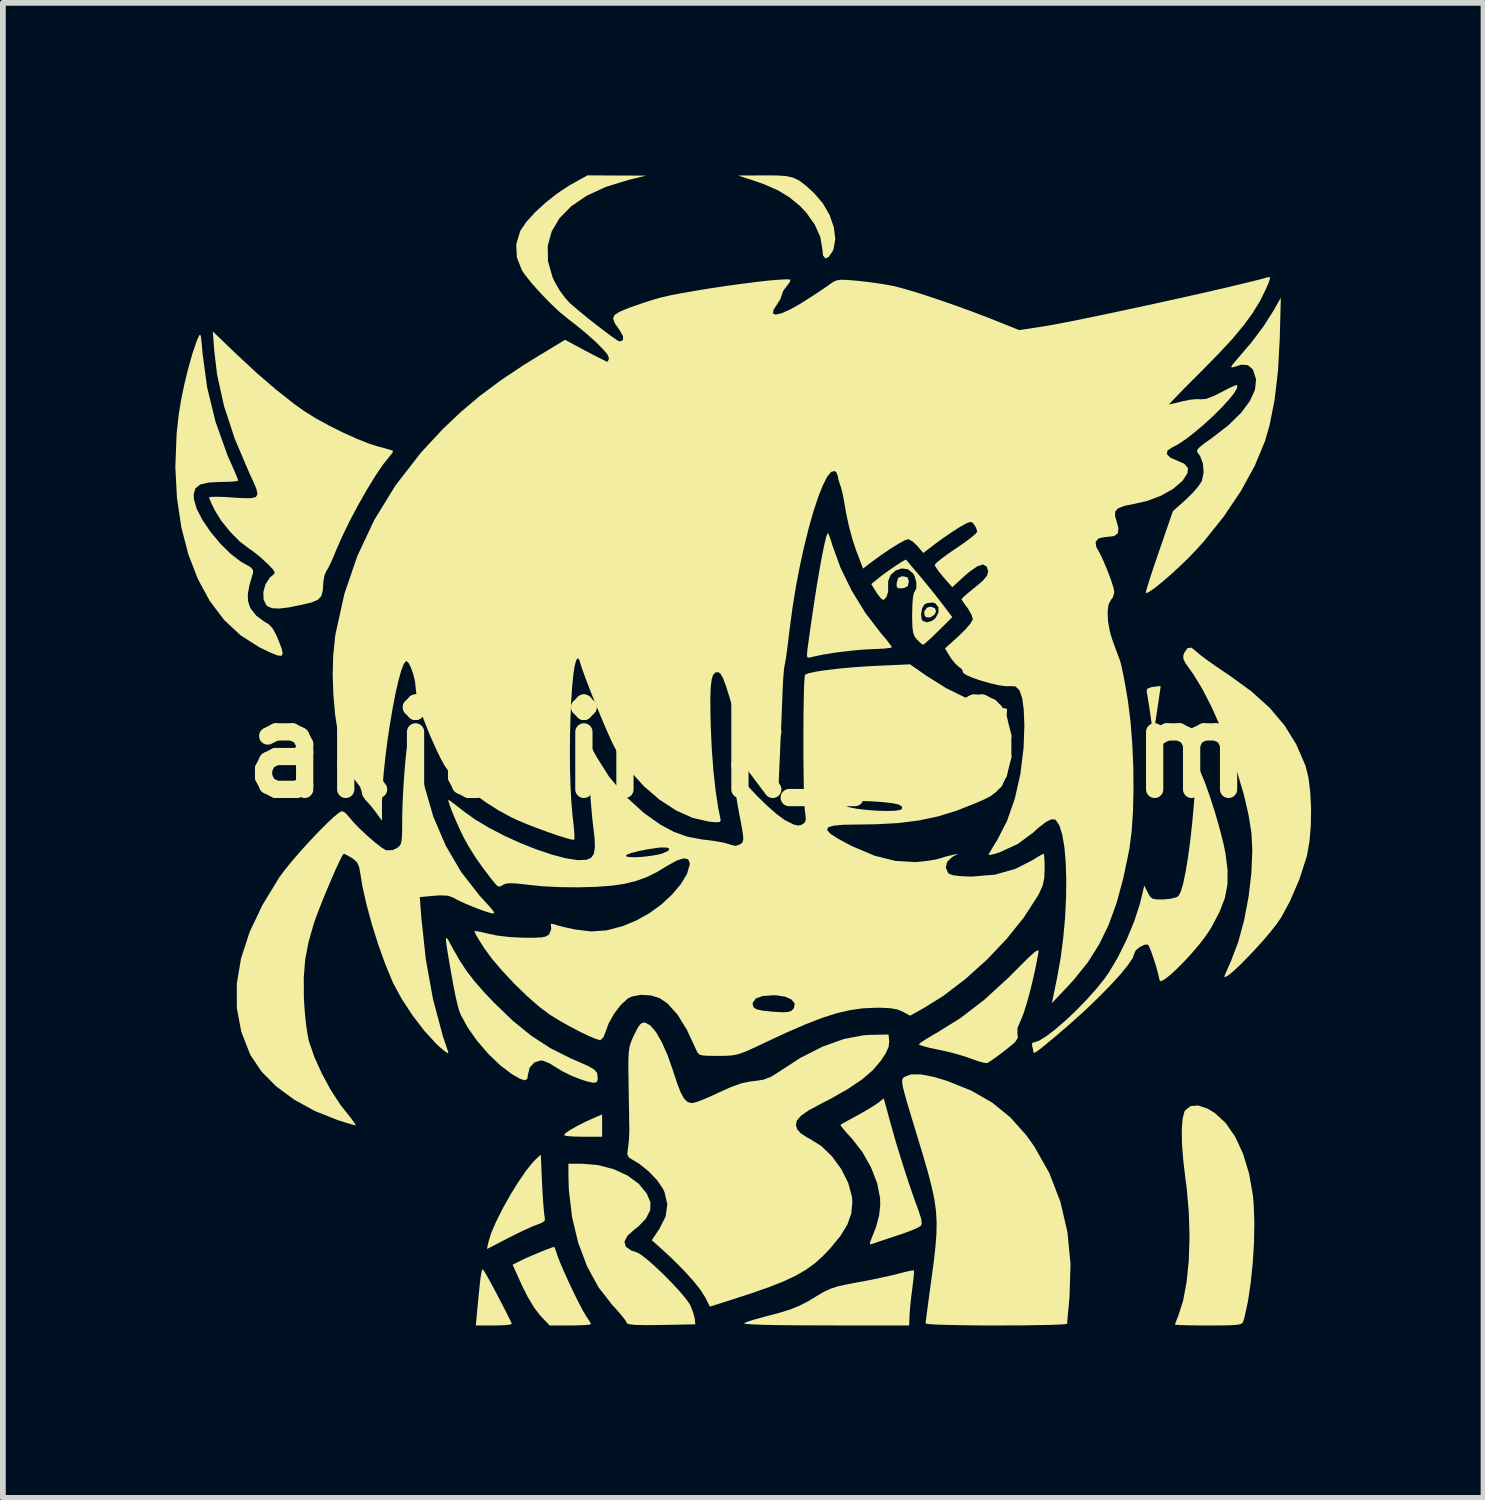
<source format=kicad_pcb>
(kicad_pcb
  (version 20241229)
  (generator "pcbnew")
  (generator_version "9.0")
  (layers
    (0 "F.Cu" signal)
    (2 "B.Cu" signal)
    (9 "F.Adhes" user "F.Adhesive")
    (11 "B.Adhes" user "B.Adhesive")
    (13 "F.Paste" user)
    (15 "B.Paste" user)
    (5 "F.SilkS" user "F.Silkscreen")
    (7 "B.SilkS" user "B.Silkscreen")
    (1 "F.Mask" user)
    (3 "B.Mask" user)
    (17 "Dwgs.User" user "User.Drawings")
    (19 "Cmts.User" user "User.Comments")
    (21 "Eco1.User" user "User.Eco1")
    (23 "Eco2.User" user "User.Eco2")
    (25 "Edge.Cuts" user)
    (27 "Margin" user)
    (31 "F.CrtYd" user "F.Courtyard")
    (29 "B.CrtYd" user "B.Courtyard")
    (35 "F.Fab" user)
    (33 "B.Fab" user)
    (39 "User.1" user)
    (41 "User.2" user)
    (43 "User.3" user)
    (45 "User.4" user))
  (footprint "akithimk_20mm"
    (layer "F.Cu")
    (at 9.964 10.003)
    (property "Reference" "akithimk_20mm" (at 0 0 0) (layer "F.SilkS") (effects (font (size 1.5 1.5) (thickness 0.3))))
    (attr board_only exclude_from_pos_files exclude_from_bom)
    (fp_poly (pts (xy 3.248 -2.476) (xy 3.269 -2.416) (xy 3.242 -2.362) (xy 3.169 -2.312) (xy 3.096 -2.316) (xy 3.07 -2.341) (xy 3.063 -2.414) (xy 3.107 -2.479) (xy 3.167 -2.501)) (stroke (width 0) (type solid)) (fill yes) (layer "F.SilkS"))
    (fp_poly (pts (xy 2.771 -3.012) (xy 2.794 -2.949) (xy 2.794 -2.931) (xy 2.777 -2.856) (xy 2.713 -2.825) (xy 2.684 -2.82) (xy 2.606 -2.82) (xy 2.582 -2.858) (xy 2.586 -2.918) (xy 2.61 -3) (xy 2.671 -3.027) (xy 2.696 -3.028)) (stroke (width 0) (type solid)) (fill yes) (layer "F.SilkS"))
    (fp_poly (pts (xy -2.54 6.527) (xy -2.54 6.721) (xy -2.872 6.721) (xy -3.022 6.718) (xy -3.137 6.71) (xy -3.198 6.697) (xy -3.204 6.692) (xy -3.171 6.654) (xy -3.083 6.595) (xy -2.956 6.524) (xy -2.808 6.45) (xy -2.714 6.408) (xy -2.54 6.333)) (stroke (width 0) (type solid)) (fill yes) (layer "F.SilkS"))
    (fp_poly (pts (xy 7.175 -1.119) (xy 7.171 -1.081) (xy 7.157 -0.981) (xy 7.136 -0.836) (xy 7.113 -0.684) (xy 7.048 -0.254) (xy 6.999 -0.606) (xy 6.975 -0.77) (xy 6.953 -0.909) (xy 6.937 -1.001) (xy 6.932 -1.021) (xy 6.941 -1.07) (xy 7.012 -1.099) (xy 7.042 -1.104) (xy 7.13 -1.116) (xy 7.174 -1.119)) (stroke (width 0) (type solid)) (fill yes) (layer "F.SilkS"))
    (fp_poly (pts (xy -4.592 9.059) (xy -4.54 9.147) (xy -4.469 9.276) (xy -4.386 9.431) (xy -4.298 9.599) (xy -4.213 9.764) (xy -4.139 9.913) (xy -4.11 9.974) (xy -4.14 9.988) (xy -4.23 9.998) (xy -4.364 10.003) (xy -4.417 10.004) (xy -4.737 10.004) (xy -4.713 9.74) (xy -4.688 9.484) (xy -4.669 9.296) (xy -4.654 9.167) (xy -4.641 9.085) (xy -4.63 9.042) (xy -4.619 9.027) (xy -4.616 9.027)) (stroke (width 0) (type solid)) (fill yes) (layer "F.SilkS"))
    (fp_poly (pts (xy -3.584 7.552) (xy -3.573 7.75) (xy -3.561 7.923) (xy -3.549 8.055) (xy -3.538 8.129) (xy -3.536 8.135) (xy -3.539 8.184) (xy -3.602 8.224) (xy -3.661 8.246) (xy -3.759 8.284) (xy -3.904 8.349) (xy -4.071 8.43) (xy -4.176 8.484) (xy -4.543 8.674) (xy -4.518 8.554) (xy -4.471 8.399) (xy -4.385 8.2) (xy -4.272 7.974) (xy -4.141 7.74) (xy -4.003 7.516) (xy -3.868 7.318) (xy -3.745 7.165) (xy -3.698 7.117) (xy -3.607 7.032)) (stroke (width 0) (type solid)) (fill yes) (layer "F.SilkS"))
    (fp_poly (pts (xy 0.504 -10.001) (xy 0.663 -9.99) (xy 0.785 -9.962) (xy 0.89 -9.911) (xy 1 -9.828) (xy 1.134 -9.706) (xy 1.146 -9.695) (xy 1.3 -9.516) (xy 1.417 -9.313) (xy 1.49 -9.101) (xy 1.516 -8.899) (xy 1.487 -8.724) (xy 1.469 -8.682) (xy 1.4 -8.582) (xy 1.343 -8.558) (xy 1.303 -8.609) (xy 1.29 -8.726) (xy 1.256 -8.928) (xy 1.16 -9.144) (xy 1.013 -9.352) (xy 0.903 -9.469) (xy 0.722 -9.618) (xy 0.525 -9.739) (xy 0.288 -9.844) (xy 0.098 -9.911) (xy -0.176 -10) (xy 0.287 -10.002)) (stroke (width 0) (type solid)) (fill yes) (layer "F.SilkS"))
    (fp_poly (pts (xy -3.358 8.669) (xy -3.329 8.751) (xy -3.319 8.783) (xy -3.274 8.902) (xy -3.204 9.065) (xy -3.12 9.251) (xy -3.03 9.441) (xy -2.943 9.616) (xy -2.868 9.758) (xy -2.816 9.844) (xy -2.762 9.925) (xy -2.736 9.977) (xy -2.735 9.98) (xy -2.772 9.991) (xy -2.869 9.998) (xy -3.009 10.003) (xy -3.094 10.004) (xy -3.452 10.004) (xy -3.612 9.836) (xy -3.716 9.703) (xy -3.828 9.519) (xy -3.934 9.309) (xy -3.934 9.308) (xy -4.097 8.947) (xy -3.949 8.872) (xy -3.863 8.831) (xy -3.744 8.78) (xy -3.613 8.725) (xy -3.493 8.677) (xy -3.405 8.645) (xy -3.373 8.636)) (stroke (width 0) (type solid)) (fill yes) (layer "F.SilkS"))
    (fp_poly (pts (xy 1.403 -3.756) (xy 1.433 -3.673) (xy 1.465 -3.569) (xy 1.606 -3.179) (xy 1.801 -2.779) (xy 2.038 -2.393) (xy 2.299 -2.052) (xy 2.394 -1.939) (xy 2.464 -1.849) (xy 2.499 -1.798) (xy 2.501 -1.793) (xy 2.465 -1.782) (xy 2.368 -1.771) (xy 2.229 -1.764) (xy 2.161 -1.762) (xy 1.972 -1.751) (xy 1.75 -1.73) (xy 1.52 -1.701) (xy 1.309 -1.667) (xy 1.139 -1.632) (xy 1.081 -1.617) (xy 1.038 -1.612) (xy 1.023 -1.644) (xy 1.029 -1.732) (xy 1.033 -1.765) (xy 1.087 -2.156) (xy 1.141 -2.523) (xy 1.193 -2.858) (xy 1.243 -3.152) (xy 1.288 -3.399) (xy 1.328 -3.591) (xy 1.36 -3.721) (xy 1.385 -3.781) (xy 1.386 -3.782)) (stroke (width 0) (type solid)) (fill yes) (layer "F.SilkS"))
    (fp_poly (pts (xy 2.884 9.045) (xy 2.885 9.087) (xy 2.876 9.187) (xy 2.86 9.325) (xy 2.855 9.365) (xy 2.833 9.538) (xy 2.816 9.705) (xy 2.807 9.831) (xy 2.807 9.838) (xy 2.801 10.004) (xy 1.332 10.003) (xy 0.907 10.001) (xy 0.559 9.998) (xy 0.287 9.993) (xy 0.092 9.986) (xy -0.028 9.978) (xy -0.073 9.967) (xy -0.07 9.963) (xy -0.002 9.935) (xy 0.119 9.897) (xy 0.269 9.856) (xy 0.303 9.847) (xy 0.547 9.783) (xy 0.736 9.724) (xy 0.895 9.659) (xy 1.047 9.581) (xy 1.186 9.496) (xy 1.315 9.42) (xy 1.433 9.365) (xy 1.565 9.322) (xy 1.735 9.285) (xy 1.884 9.257) (xy 2.096 9.218) (xy 2.313 9.173) (xy 2.503 9.13) (xy 2.598 9.107) (xy 2.733 9.072) (xy 2.834 9.05) (xy 2.883 9.045)) (stroke (width 0) (type solid)) (fill yes) (layer "F.SilkS"))
    (fp_poly (pts (xy 2.485 6.515) (xy 2.578 6.842) (xy 2.686 7.191) (xy 2.797 7.534) (xy 2.905 7.845) (xy 2.965 8.008) (xy 3.011 8.149) (xy 3.019 8.236) (xy 3.005 8.269) (xy 2.952 8.302) (xy 2.842 8.35) (xy 2.695 8.405) (xy 2.605 8.435) (xy 2.441 8.489) (xy 2.299 8.536) (xy 2.2 8.571) (xy 2.172 8.581) (xy 2.119 8.593) (xy 2.121 8.554) (xy 2.129 8.535) (xy 2.224 8.293) (xy 2.278 8.092) (xy 2.298 7.911) (xy 2.295 7.786) (xy 2.244 7.528) (xy 2.137 7.253) (xy 1.987 6.986) (xy 1.803 6.75) (xy 1.793 6.74) (xy 1.698 6.636) (xy 1.632 6.556) (xy 1.605 6.515) (xy 1.606 6.513) (xy 1.645 6.489) (xy 1.736 6.439) (xy 1.86 6.371) (xy 1.894 6.353) (xy 2.039 6.271) (xy 2.168 6.194) (xy 2.256 6.135) (xy 2.263 6.13) (xy 2.359 6.054)) (stroke (width 0) (type solid)) (fill yes) (layer "F.SilkS"))
    (fp_poly (pts (xy 5.052 3.489) (xy 5.051 3.51) (xy 5.01 3.728) (xy 4.96 3.961) (xy 4.904 4.19) (xy 4.847 4.398) (xy 4.794 4.567) (xy 4.75 4.678) (xy 4.747 4.683) (xy 4.686 4.829) (xy 4.684 4.931) (xy 4.686 4.935) (xy 4.691 5.003) (xy 4.644 5.073) (xy 4.595 5.117) (xy 4.487 5.205) (xy 4.365 5.298) (xy 4.251 5.38) (xy 4.171 5.433) (xy 4.162 5.438) (xy 4.108 5.436) (xy 4.005 5.408) (xy 3.888 5.366) (xy 3.734 5.313) (xy 3.541 5.259) (xy 3.345 5.214) (xy 3.312 5.207) (xy 3.16 5.175) (xy 3.043 5.145) (xy 2.978 5.121) (xy 2.97 5.114) (xy 3.002 5.083) (xy 3.087 5.027) (xy 3.209 4.954) (xy 3.264 4.923) (xy 3.69 4.659) (xy 4.107 4.339) (xy 4.527 3.955) (xy 4.634 3.847) (xy 4.799 3.682) (xy 4.916 3.568) (xy 4.994 3.501) (xy 5.037 3.477)) (stroke (width 0) (type solid)) (fill yes) (layer "F.SilkS"))
    (fp_poly (pts (xy 7.99 6.231) (xy 8.114 6.305) (xy 8.306 6.481) (xy 8.473 6.722) (xy 8.61 7.019) (xy 8.714 7.362) (xy 8.78 7.74) (xy 8.794 7.889) (xy 8.805 8.206) (xy 8.8 8.554) (xy 8.778 8.914) (xy 8.742 9.264) (xy 8.694 9.586) (xy 8.635 9.857) (xy 8.613 9.935) (xy 8.597 9.962) (xy 8.562 9.981) (xy 8.496 9.993) (xy 8.386 10) (xy 8.221 10.003) (xy 8.008 10.004) (xy 7.805 10.003) (xy 7.632 10) (xy 7.504 9.996) (xy 7.434 9.992) (xy 7.425 9.989) (xy 7.438 9.947) (xy 7.472 9.861) (xy 7.482 9.838) (xy 7.566 9.574) (xy 7.627 9.248) (xy 7.665 8.875) (xy 7.678 8.468) (xy 7.666 8.041) (xy 7.628 7.608) (xy 7.607 7.452) (xy 7.569 7.131) (xy 7.547 6.845) (xy 7.543 6.602) (xy 7.557 6.413) (xy 7.588 6.287) (xy 7.603 6.261) (xy 7.698 6.187) (xy 7.829 6.177)) (stroke (width 0) (type solid)) (fill yes) (layer "F.SilkS"))
    (fp_poly (pts (xy -2.604 7.215) (xy -2.334 7.287) (xy -2.096 7.397) (xy -1.901 7.541) (xy -1.763 7.711) (xy -1.699 7.862) (xy -1.704 7.999) (xy -1.777 8.143) (xy -1.911 8.284) (xy -1.976 8.333) (xy -2.101 8.445) (xy -2.152 8.547) (xy -2.128 8.634) (xy -2.03 8.702) (xy -1.943 8.729) (xy -1.869 8.769) (xy -1.757 8.855) (xy -1.62 8.976) (xy -1.471 9.117) (xy -1.323 9.267) (xy -1.189 9.412) (xy -1.081 9.541) (xy -1.012 9.64) (xy -1.003 9.657) (xy -0.958 9.774) (xy -0.93 9.879) (xy -0.928 9.892) (xy -0.918 9.984) (xy -1.514 9.995) (xy -1.762 9.998) (xy -1.939 9.995) (xy -2.05 9.986) (xy -2.103 9.971) (xy -2.11 9.961) (xy -2.135 9.914) (xy -2.203 9.827) (xy -2.302 9.713) (xy -2.362 9.649) (xy -2.601 9.342) (xy -2.801 8.977) (xy -2.956 8.565) (xy -3.063 8.117) (xy -3.119 7.644) (xy -3.126 7.396) (xy -3.126 7.19) (xy -2.894 7.19)) (stroke (width 0) (type solid)) (fill yes) (layer "F.SilkS"))
    (fp_poly (pts (xy -5.222 3.291) (xy -5.182 3.362) (xy -5.128 3.462) (xy -5.013 3.663) (xy -4.894 3.843) (xy -4.756 4.021) (xy -4.585 4.215) (xy -4.419 4.39) (xy -4.089 4.708) (xy -3.768 4.967) (xy -3.438 5.181) (xy -3.078 5.362) (xy -2.95 5.416) (xy -2.784 5.49) (xy -2.681 5.55) (xy -2.632 5.603) (xy -2.625 5.626) (xy -2.616 5.722) (xy -2.635 5.772) (xy -2.695 5.782) (xy -2.807 5.757) (xy -2.9 5.727) (xy -3.066 5.663) (xy -3.231 5.582) (xy -3.337 5.517) (xy -3.452 5.446) (xy -3.559 5.401) (xy -3.605 5.393) (xy -3.718 5.428) (xy -3.8 5.518) (xy -3.83 5.64) (xy -3.842 5.714) (xy -3.885 5.739) (xy -3.968 5.713) (xy -4.102 5.636) (xy -4.108 5.633) (xy -4.313 5.478) (xy -4.521 5.278) (xy -4.715 5.052) (xy -4.879 4.82) (xy -4.998 4.601) (xy -5.028 4.526) (xy -5.055 4.428) (xy -5.09 4.275) (xy -5.127 4.089) (xy -5.158 3.918) (xy -5.203 3.657) (xy -5.235 3.467) (xy -5.253 3.342) (xy -5.257 3.275) (xy -5.247 3.26)) (stroke (width 0) (type solid)) (fill yes) (layer "F.SilkS"))
    (fp_poly (pts (xy 3.23 5.68) (xy 3.453 5.747) (xy 3.879 5.917) (xy 4.245 6.127) (xy 4.561 6.384) (xy 4.841 6.698) (xy 4.979 6.892) (xy 5.24 7.355) (xy 5.432 7.854) (xy 5.555 8.384) (xy 5.608 8.939) (xy 5.59 9.516) (xy 5.589 9.525) (xy 5.573 9.699) (xy 5.559 9.844) (xy 5.551 9.942) (xy 5.549 9.974) (xy 5.511 9.982) (xy 5.405 9.988) (xy 5.239 9.994) (xy 5.023 9.998) (xy 4.766 10.002) (xy 4.478 10.003) (xy 4.318 10.004) (xy 3.993 10.003) (xy 3.706 9.999) (xy 3.464 9.994) (xy 3.276 9.988) (xy 3.149 9.98) (xy 3.09 9.971) (xy 3.087 9.968) (xy 3.092 9.92) (xy 3.106 9.807) (xy 3.128 9.642) (xy 3.155 9.439) (xy 3.185 9.222) (xy 3.227 8.91) (xy 3.257 8.647) (xy 3.275 8.419) (xy 3.279 8.214) (xy 3.268 8.016) (xy 3.24 7.813) (xy 3.193 7.592) (xy 3.127 7.337) (xy 3.04 7.037) (xy 2.931 6.677) (xy 2.922 6.648) (xy 2.836 6.363) (xy 2.77 6.144) (xy 2.724 5.981) (xy 2.694 5.864) (xy 2.68 5.786) (xy 2.68 5.736) (xy 2.691 5.705) (xy 2.711 5.685) (xy 2.716 5.681) (xy 2.833 5.636) (xy 3.003 5.636)) (stroke (width 0) (type solid)) (fill yes) (layer "F.SilkS"))
    (fp_poly (pts (xy 7.796 -1.719) (xy 7.799 -1.716) (xy 7.857 -1.666) (xy 7.967 -1.583) (xy 8.115 -1.478) (xy 8.288 -1.36) (xy 8.364 -1.31) (xy 8.753 -1.028) (xy 9.073 -0.739) (xy 9.33 -0.435) (xy 9.534 -0.106) (xy 9.692 0.258) (xy 9.697 0.274) (xy 9.747 0.473) (xy 9.778 0.726) (xy 9.792 1.01) (xy 9.788 1.302) (xy 9.765 1.579) (xy 9.723 1.818) (xy 9.715 1.853) (xy 9.588 2.245) (xy 9.424 2.626) (xy 9.273 2.905) (xy 9.197 3.015) (xy 9.092 3.15) (xy 8.967 3.298) (xy 8.83 3.45) (xy 8.691 3.597) (xy 8.56 3.73) (xy 8.444 3.838) (xy 8.354 3.913) (xy 8.298 3.944) (xy 8.284 3.934) (xy 8.299 3.893) (xy 8.339 3.801) (xy 8.395 3.675) (xy 8.402 3.658) (xy 8.526 3.331) (xy 8.628 2.952) (xy 8.706 2.544) (xy 8.754 2.133) (xy 8.77 1.741) (xy 8.755 1.437) (xy 8.705 1.123) (xy 8.622 0.766) (xy 8.509 0.384) (xy 8.375 -0.006) (xy 8.225 -0.39) (xy 8.064 -0.75) (xy 7.9 -1.07) (xy 7.739 -1.333) (xy 7.694 -1.395) (xy 7.612 -1.51) (xy 7.573 -1.586) (xy 7.569 -1.644) (xy 7.587 -1.698) (xy 7.644 -1.78) (xy 7.712 -1.787)) (stroke (width 0) (type solid)) (fill yes) (layer "F.SilkS"))
    (fp_poly (pts (xy 9.248 -7.171) (xy 9.217 -6.601) (xy 9.157 -6.092) (xy 9.069 -5.649) (xy 8.988 -5.373) (xy 8.812 -4.949) (xy 8.571 -4.51) (xy 8.275 -4.07) (xy 7.932 -3.641) (xy 7.803 -3.497) (xy 7.665 -3.354) (xy 7.514 -3.207) (xy 7.362 -3.067) (xy 7.217 -2.941) (xy 7.09 -2.838) (xy 6.992 -2.767) (xy 6.931 -2.736) (xy 6.917 -2.744) (xy 6.929 -2.796) (xy 6.963 -2.909) (xy 7.015 -3.071) (xy 7.081 -3.268) (xy 7.153 -3.479) (xy 7.389 -4.162) (xy 7.617 -4.365) (xy 7.734 -4.48) (xy 7.831 -4.593) (xy 7.89 -4.681) (xy 7.893 -4.688) (xy 7.923 -4.833) (xy 7.911 -4.99) (xy 7.861 -5.123) (xy 7.835 -5.158) (xy 7.81 -5.193) (xy 7.813 -5.228) (xy 7.853 -5.274) (xy 7.938 -5.342) (xy 8.077 -5.441) (xy 8.357 -5.658) (xy 8.575 -5.872) (xy 8.729 -6.079) (xy 8.817 -6.274) (xy 8.836 -6.454) (xy 8.784 -6.613) (xy 8.768 -6.638) (xy 8.692 -6.701) (xy 8.582 -6.71) (xy 8.428 -6.664) (xy 8.421 -6.661) (xy 8.401 -6.668) (xy 8.435 -6.722) (xy 8.518 -6.819) (xy 8.52 -6.822) (xy 8.755 -7.096) (xy 8.97 -7.384) (xy 9.143 -7.657) (xy 9.146 -7.663) (xy 9.266 -7.874)) (stroke (width 0) (type solid)) (fill yes) (layer "F.SilkS"))
    (fp_poly (pts (xy 2.777 -3.282) (xy 2.843 -3.203) (xy 2.936 -3.093) (xy 2.975 -3.048) (xy 3.106 -2.89) (xy 3.247 -2.715) (xy 3.367 -2.561) (xy 3.371 -2.556) (xy 3.551 -2.318) (xy 3.308 -2.077) (xy 3.197 -1.969) (xy 3.107 -1.887) (xy 3.053 -1.841) (xy 3.044 -1.837) (xy 3.005 -1.862) (xy 2.941 -1.924) (xy 2.938 -1.927) (xy 2.896 -1.98) (xy 2.871 -2.045) (xy 2.858 -2.141) (xy 2.853 -2.288) (xy 2.853 -2.369) (xy 3.009 -2.369) (xy 3.019 -2.28) (xy 3.035 -2.253) (xy 3.11 -2.227) (xy 3.202 -2.256) (xy 3.26 -2.302) (xy 3.311 -2.398) (xy 3.309 -2.491) (xy 3.256 -2.557) (xy 3.212 -2.572) (xy 3.116 -2.563) (xy 3.065 -2.538) (xy 3.026 -2.469) (xy 3.009 -2.369) (xy 2.853 -2.369) (xy 2.853 -2.374) (xy 2.857 -2.534) (xy 2.867 -2.662) (xy 2.883 -2.741) (xy 2.892 -2.755) (xy 2.925 -2.816) (xy 2.927 -2.916) (xy 2.899 -3.023) (xy 2.87 -3.078) (xy 2.78 -3.151) (xy 2.672 -3.165) (xy 2.566 -3.129) (xy 2.48 -3.053) (xy 2.435 -2.945) (xy 2.435 -2.872) (xy 2.435 -2.76) (xy 2.406 -2.667) (xy 2.358 -2.62) (xy 2.346 -2.618) (xy 2.306 -2.648) (xy 2.247 -2.724) (xy 2.227 -2.756) (xy 2.142 -2.893) (xy 2.234 -2.969) (xy 2.33 -3.045) (xy 2.445 -3.129) (xy 2.562 -3.209) (xy 2.663 -3.274) (xy 2.73 -3.313) (xy 2.748 -3.317)) (stroke (width 0) (type solid)) (fill yes) (layer "F.SilkS"))
    (fp_poly (pts (xy -9.518 -7.192) (xy -9.507 -7.096) (xy -9.493 -6.933) (xy -9.492 -6.917) (xy -9.412 -6.32) (xy -9.265 -5.717) (xy -9.056 -5.132) (xy -8.989 -4.98) (xy -8.932 -4.85) (xy -8.889 -4.748) (xy -8.871 -4.696) (xy -8.871 -4.694) (xy -8.907 -4.682) (xy -9.002 -4.674) (xy -9.139 -4.67) (xy -9.179 -4.67) (xy -9.388 -4.659) (xy -9.53 -4.625) (xy -9.613 -4.561) (xy -9.644 -4.461) (xy -9.64 -4.365) (xy -9.59 -4.196) (xy -9.488 -4.001) (xy -9.348 -3.796) (xy -9.182 -3.597) (xy -9.005 -3.422) (xy -8.83 -3.287) (xy -8.759 -3.246) (xy -8.657 -3.188) (xy -8.613 -3.14) (xy -8.613 -3.086) (xy -8.617 -3.075) (xy -8.676 -2.868) (xy -8.704 -2.714) (xy -8.699 -2.594) (xy -8.665 -2.49) (xy -8.654 -2.469) (xy -8.554 -2.341) (xy -8.425 -2.246) (xy -8.336 -2.191) (xy -8.269 -2.118) (xy -8.209 -2.006) (xy -8.165 -1.904) (xy -8.114 -1.77) (xy -8.096 -1.684) (xy -8.117 -1.645) (xy -8.184 -1.651) (xy -8.306 -1.699) (xy -8.488 -1.787) (xy -8.506 -1.796) (xy -8.829 -2.001) (xy -9.116 -2.27) (xy -9.364 -2.598) (xy -9.572 -2.98) (xy -9.738 -3.41) (xy -9.86 -3.882) (xy -9.936 -4.392) (xy -9.964 -4.933) (xy -9.942 -5.5) (xy -9.906 -5.834) (xy -9.866 -6.084) (xy -9.809 -6.36) (xy -9.742 -6.636) (xy -9.67 -6.892) (xy -9.599 -7.102) (xy -9.571 -7.171) (xy -9.547 -7.22) (xy -9.531 -7.23)) (stroke (width 0) (type solid)) (fill yes) (layer "F.SilkS"))
    (fp_poly (pts (xy -8.905 -6.896) (xy -8.552 -6.568) (xy -8.209 -6.273) (xy -7.891 -6.022) (xy -7.718 -5.899) (xy -7.524 -5.778) (xy -7.292 -5.651) (xy -7.044 -5.527) (xy -6.802 -5.418) (xy -6.588 -5.333) (xy -6.464 -5.294) (xy -6.329 -5.258) (xy -6.227 -5.228) (xy -6.178 -5.211) (xy -6.177 -5.21) (xy -6.189 -5.176) (xy -6.239 -5.112) (xy -6.241 -5.109) (xy -6.354 -4.969) (xy -6.487 -4.771) (xy -6.633 -4.533) (xy -6.783 -4.269) (xy -6.928 -3.996) (xy -7.059 -3.727) (xy -7.168 -3.48) (xy -7.193 -3.419) (xy -7.249 -3.286) (xy -7.302 -3.177) (xy -7.335 -3.123) (xy -7.371 -3.042) (xy -7.389 -2.932) (xy -7.389 -2.928) (xy -7.399 -2.78) (xy -7.426 -2.682) (xy -7.486 -2.619) (xy -7.594 -2.574) (xy -7.758 -2.534) (xy -7.99 -2.487) (xy -8.16 -2.467) (xy -8.279 -2.473) (xy -8.358 -2.505) (xy -8.379 -2.523) (xy -8.429 -2.623) (xy -8.433 -2.755) (xy -8.395 -2.891) (xy -8.321 -3.005) (xy -8.282 -3.038) (xy -8.243 -3.071) (xy -8.238 -3.106) (xy -8.276 -3.159) (xy -8.362 -3.248) (xy -8.372 -3.257) (xy -8.491 -3.366) (xy -8.615 -3.465) (xy -8.679 -3.508) (xy -8.843 -3.633) (xy -9.013 -3.805) (xy -9.167 -3.997) (xy -9.277 -4.175) (xy -9.332 -4.288) (xy -9.369 -4.371) (xy -9.378 -4.401) (xy -9.342 -4.41) (xy -9.246 -4.412) (xy -9.105 -4.408) (xy -9.017 -4.402) (xy -8.798 -4.388) (xy -8.65 -4.386) (xy -8.564 -4.406) (xy -8.535 -4.457) (xy -8.553 -4.547) (xy -8.613 -4.687) (xy -8.675 -4.82) (xy -8.93 -5.419) (xy -9.117 -5.99) (xy -9.238 -6.538) (xy -9.286 -6.942) (xy -9.312 -7.288)) (stroke (width 0) (type solid)) (fill yes) (layer "F.SilkS"))
    (fp_poly (pts (xy 7.868 0.371) (xy 7.949 0.568) (xy 8.037 0.817) (xy 8.125 1.092) (xy 8.204 1.368) (xy 8.268 1.62) (xy 8.303 1.791) (xy 8.34 2.081) (xy 8.338 2.332) (xy 8.293 2.567) (xy 8.2 2.81) (xy 8.056 3.083) (xy 8.041 3.107) (xy 7.956 3.234) (xy 7.846 3.378) (xy 7.719 3.526) (xy 7.586 3.671) (xy 7.456 3.802) (xy 7.338 3.91) (xy 7.243 3.985) (xy 7.18 4.016) (xy 7.158 4.003) (xy 7.132 3.887) (xy 7.094 3.747) (xy 7.048 3.604) (xy 7.004 3.481) (xy 6.968 3.399) (xy 6.953 3.378) (xy 6.894 3.381) (xy 6.815 3.42) (xy 6.746 3.475) (xy 6.721 3.523) (xy 6.692 3.607) (xy 6.608 3.733) (xy 6.477 3.895) (xy 6.304 4.084) (xy 6.097 4.295) (xy 5.862 4.521) (xy 5.605 4.753) (xy 5.334 4.986) (xy 5.179 5.114) (xy 5.074 5.199) (xy 5.009 5.246) (xy 4.976 5.262) (xy 4.964 5.255) (xy 4.963 5.244) (xy 4.95 5.174) (xy 4.939 5.142) (xy 4.942 5.089) (xy 4.969 5.08) (xy 5.059 5.051) (xy 5.187 4.972) (xy 5.345 4.851) (xy 5.521 4.699) (xy 5.705 4.525) (xy 5.886 4.339) (xy 6.055 4.151) (xy 6.201 3.969) (xy 6.273 3.867) (xy 6.433 3.597) (xy 6.585 3.289) (xy 6.716 2.973) (xy 6.812 2.679) (xy 6.827 2.618) (xy 6.891 2.352) (xy 6.953 2.475) (xy 6.994 2.547) (xy 7.043 2.583) (xy 7.124 2.594) (xy 7.224 2.593) (xy 7.355 2.58) (xy 7.454 2.553) (xy 7.485 2.534) (xy 7.526 2.457) (xy 7.569 2.311) (xy 7.611 2.106) (xy 7.653 1.853) (xy 7.692 1.561) (xy 7.727 1.239) (xy 7.757 0.899) (xy 7.78 0.548) (xy 7.787 0.41) (xy 7.796 0.215)) (stroke (width 0) (type solid)) (fill yes) (layer "F.SilkS"))
    (fp_poly (pts (xy -1.792 4.735) (xy -1.701 4.785) (xy -1.601 4.904) (xy -1.498 5.084) (xy -1.396 5.316) (xy -1.307 5.572) (xy -1.234 5.795) (xy -1.172 5.953) (xy -1.116 6.055) (xy -1.059 6.112) (xy -0.995 6.134) (xy -0.97 6.135) (xy -0.903 6.119) (xy -0.784 6.074) (xy -0.633 6.009) (xy -0.513 5.953) (xy -0.293 5.854) (xy -0.116 5.791) (xy 0.04 5.759) (xy 0.098 5.753) (xy 0.268 5.728) (xy 0.404 5.675) (xy 0.508 5.609) (xy 0.907 5.35) (xy 1.295 5.153) (xy 1.666 5.02) (xy 2.012 4.955) (xy 2.13 4.948) (xy 2.442 4.943) (xy 2.454 5.061) (xy 2.444 5.156) (xy 2.393 5.27) (xy 2.307 5.4) (xy 2.168 5.564) (xy 1.981 5.724) (xy 1.74 5.887) (xy 1.436 6.06) (xy 1.259 6.151) (xy 1.056 6.26) (xy 0.921 6.354) (xy 0.848 6.438) (xy 0.831 6.52) (xy 0.856 6.597) (xy 0.918 6.663) (xy 1.021 6.731) (xy 1.065 6.753) (xy 1.272 6.882) (xy 1.462 7.066) (xy 1.623 7.288) (xy 1.742 7.527) (xy 1.806 7.765) (xy 1.813 7.854) (xy 1.795 8.053) (xy 1.728 8.245) (xy 1.606 8.446) (xy 1.426 8.665) (xy 1.29 8.807) (xy 1.151 8.93) (xy 1 9.038) (xy 0.826 9.138) (xy 0.619 9.236) (xy 0.367 9.335) (xy 0.06 9.443) (xy -0.304 9.561) (xy -0.666 9.676) (xy -0.749 9.51) (xy -0.83 9.383) (xy -0.96 9.221) (xy -1.127 9.037) (xy -1.32 8.844) (xy -1.493 8.684) (xy -1.676 8.521) (xy -1.542 8.32) (xy -1.435 8.107) (xy -1.406 7.896) (xy -1.454 7.686) (xy -1.482 7.626) (xy -1.583 7.477) (xy -1.73 7.324) (xy -1.895 7.191) (xy -1.995 7.131) (xy -2.075 7.081) (xy -2.102 7.026) (xy -2.092 6.931) (xy -2.091 6.923) (xy -2.075 6.796) (xy -2.067 6.64) (xy -2.067 6.575) (xy -2.069 6.461) (xy -2.071 6.29) (xy -2.075 6.081) (xy -2.079 5.855) (xy -2.08 5.774) (xy -2.084 5.544) (xy -2.083 5.376) (xy -2.077 5.254) (xy -2.064 5.161) (xy -2.041 5.082) (xy -2.007 4.999) (xy -1.984 4.95) (xy -1.92 4.824) (xy -1.869 4.756) (xy -1.82 4.734)) (stroke (width 0) (type solid)) (fill yes) (layer "F.SilkS"))
    (fp_poly (pts (xy -5.874 -0.16) (xy -5.83 -0.063) (xy -5.779 0.081) (xy -5.724 0.256) (xy -5.671 0.449) (xy -5.629 0.625) (xy -5.477 1.151) (xy -5.263 1.652) (xy -4.993 2.114) (xy -4.674 2.524) (xy -4.634 2.567) (xy -4.515 2.697) (xy -4.445 2.779) (xy -4.418 2.823) (xy -4.43 2.837) (xy -4.476 2.831) (xy -4.478 2.83) (xy -4.594 2.794) (xy -4.747 2.737) (xy -4.908 2.671) (xy -5.048 2.606) (xy -5.135 2.559) (xy -5.224 2.528) (xy -5.363 2.522) (xy -5.464 2.529) (xy -5.711 2.551) (xy -5.687 2.888) (xy -5.607 3.635) (xy -5.482 4.328) (xy -5.309 4.975) (xy -5.214 5.256) (xy -5.227 5.266) (xy -5.284 5.229) (xy -5.375 5.151) (xy -5.429 5.1) (xy -5.634 4.876) (xy -5.84 4.607) (xy -6.028 4.32) (xy -6.177 4.044) (xy -6.194 4.005) (xy -6.317 3.706) (xy -6.437 3.37) (xy -6.547 3.019) (xy -6.64 2.675) (xy -6.71 2.362) (xy -6.744 2.155) (xy -6.768 2.024) (xy -6.805 1.944) (xy -6.871 1.886) (xy -6.893 1.872) (xy -6.978 1.823) (xy -7.031 1.798) (xy -7.035 1.798) (xy -7.06 1.832) (xy -7.107 1.925) (xy -7.171 2.062) (xy -7.245 2.231) (xy -7.324 2.417) (xy -7.402 2.606) (xy -7.472 2.784) (xy -7.529 2.937) (xy -7.554 3.009) (xy -7.647 3.334) (xy -7.705 3.636) (xy -7.73 3.946) (xy -7.728 4.295) (xy -7.726 4.343) (xy -7.712 4.557) (xy -7.69 4.767) (xy -7.663 4.948) (xy -7.64 5.06) (xy -7.548 5.328) (xy -7.416 5.62) (xy -7.26 5.908) (xy -7.094 6.163) (xy -7.016 6.262) (xy -6.923 6.379) (xy -6.856 6.469) (xy -6.826 6.518) (xy -6.828 6.524) (xy -6.877 6.512) (xy -6.98 6.481) (xy -7.115 6.439) (xy -7.132 6.434) (xy -7.533 6.275) (xy -7.895 6.077) (xy -8.208 5.846) (xy -8.463 5.589) (xy -8.65 5.312) (xy -8.666 5.282) (xy -8.817 4.893) (xy -8.894 4.485) (xy -8.895 4.06) (xy -8.821 3.618) (xy -8.672 3.16) (xy -8.448 2.688) (xy -8.16 2.216) (xy -8.062 2.082) (xy -7.934 1.925) (xy -7.788 1.756) (xy -7.632 1.584) (xy -7.477 1.42) (xy -7.333 1.275) (xy -7.209 1.159) (xy -7.115 1.082) (xy -7.062 1.056) (xy -7.009 1.085) (xy -6.943 1.157) (xy -6.936 1.166) (xy -6.857 1.259) (xy -6.745 1.374) (xy -6.615 1.494) (xy -6.486 1.605) (xy -6.375 1.691) (xy -6.299 1.737) (xy -6.294 1.738) (xy -6.185 1.735) (xy -6.114 1.702) (xy -6.071 1.67) (xy -6.044 1.631) (xy -6.028 1.568) (xy -6.02 1.465) (xy -6.018 1.306) (xy -6.018 1.22) (xy -6.015 1.04) (xy -6.007 0.833) (xy -5.995 0.614) (xy -5.98 0.396) (xy -5.963 0.194) (xy -5.945 0.02) (xy -5.928 -0.11) (xy -5.912 -0.184) (xy -5.904 -0.195)) (stroke (width 0) (type solid)) (fill yes) (layer "F.SilkS"))
    (fp_poly (pts (xy 3.107 -1.294) (xy 3.449 -1.08) (xy 3.787 -0.914) (xy 4.108 -0.802) (xy 4.235 -0.773) (xy 4.504 -0.723) (xy 4.478 -0.321) (xy 4.449 0.022) (xy 4.407 0.314) (xy 4.349 0.58) (xy 4.337 0.627) (xy 4.314 0.697) (xy 4.278 0.75) (xy 4.214 0.798) (xy 4.108 0.852) (xy 3.956 0.919) (xy 3.624 1.05) (xy 3.304 1.148) (xy 2.976 1.218) (xy 2.622 1.263) (xy 2.224 1.285) (xy 1.899 1.29) (xy 1.653 1.294) (xy 1.483 1.31) (xy 1.391 1.339) (xy 1.373 1.385) (xy 1.431 1.45) (xy 1.564 1.536) (xy 1.77 1.647) (xy 1.811 1.668) (xy 2.196 1.831) (xy 2.558 1.922) (xy 2.903 1.943) (xy 2.977 1.938) (xy 3.127 1.921) (xy 3.256 1.9) (xy 3.329 1.881) (xy 3.436 1.848) (xy 3.536 1.823) (xy 3.654 1.797) (xy 3.546 1.857) (xy 3.463 1.937) (xy 3.438 2.036) (xy 3.476 2.128) (xy 3.495 2.147) (xy 3.565 2.172) (xy 3.697 2.188) (xy 3.878 2.195) (xy 3.896 2.195) (xy 4.293 2.162) (xy 4.652 2.06) (xy 4.935 1.916) (xy 5.04 1.852) (xy 5.115 1.808) (xy 5.14 1.798) (xy 5.149 1.833) (xy 5.156 1.927) (xy 5.158 2.058) (xy 5.158 2.058) (xy 5.151 2.223) (xy 5.124 2.35) (xy 5.065 2.482) (xy 5.035 2.537) (xy 4.796 2.906) (xy 4.497 3.279) (xy 4.153 3.641) (xy 3.781 3.976) (xy 3.396 4.27) (xy 3.063 4.478) (xy 2.818 4.615) (xy 2.689 4.545) (xy 2.596 4.507) (xy 2.475 4.485) (xy 2.306 4.477) (xy 2.208 4.477) (xy 1.992 4.487) (xy 1.774 4.518) (xy 1.541 4.572) (xy 1.285 4.654) (xy 0.993 4.767) (xy 0.657 4.913) (xy 0.266 5.096) (xy 0.076 5.185) (xy -0.064 5.247) (xy -0.174 5.285) (xy -0.273 5.305) (xy -0.383 5.313) (xy -0.522 5.314) (xy -0.526 5.314) (xy -0.689 5.313) (xy -0.79 5.307) (xy -0.849 5.29) (xy -0.881 5.258) (xy -0.905 5.207) (xy -1.065 4.861) (xy -1.231 4.593) (xy -1.391 4.416) (xy 0.078 4.416) (xy 0.092 4.467) (xy 0.143 4.502) (xy 0.243 4.526) (xy 0.407 4.544) (xy 0.43 4.546) (xy 0.591 4.555) (xy 0.693 4.551) (xy 0.754 4.53) (xy 0.793 4.488) (xy 0.797 4.482) (xy 0.81 4.402) (xy 0.756 4.335) (xy 0.647 4.285) (xy 0.492 4.261) (xy 0.442 4.259) (xy 0.252 4.273) (xy 0.133 4.316) (xy 0.081 4.389) (xy 0.078 4.416) (xy -1.391 4.416) (xy -1.403 4.403) (xy -1.537 4.311) (xy -1.692 4.262) (xy -1.865 4.252) (xy -2.023 4.282) (xy -2.09 4.314) (xy -2.211 4.423) (xy -2.33 4.578) (xy -2.427 4.751) (xy -2.473 4.875) (xy -2.517 4.99) (xy -2.569 5.039) (xy -2.577 5.04) (xy -2.649 5.02) (xy -2.771 4.969) (xy -2.927 4.894) (xy -3.099 4.803) (xy -3.271 4.707) (xy -3.426 4.612) (xy -3.458 4.591) (xy -3.641 4.454) (xy -3.85 4.27) (xy -4.068 4.058) (xy -4.277 3.835) (xy -4.46 3.62) (xy -4.587 3.446) (xy -4.67 3.317) (xy -4.73 3.215) (xy -4.76 3.154) (xy -4.76 3.145) (xy -4.717 3.146) (xy -4.621 3.165) (xy -4.512 3.192) (xy -4.356 3.223) (xy -4.156 3.246) (xy -3.944 3.258) (xy -3.895 3.259) (xy -3.714 3.259) (xy -3.594 3.253) (xy -3.52 3.238) (xy -3.476 3.211) (xy -3.458 3.191) (xy -3.425 3.108) (xy -3.429 3.057) (xy -3.433 3.015) (xy -3.384 3.023) (xy -3.377 3.025) (xy -3.303 3.048) (xy -3.178 3.079) (xy -3.028 3.112) (xy -3.013 3.115) (xy -2.733 3.15) (xy -2.463 3.131) (xy -2.182 3.057) (xy -1.949 2.961) (xy -1.722 2.835) (xy -1.508 2.679) (xy -1.32 2.504) (xy -1.168 2.323) (xy -1.063 2.147) (xy -1.017 1.988) (xy -1.016 1.961) (xy -1.043 1.893) (xy -1.121 1.878) (xy -1.243 1.917) (xy -1.38 1.992) (xy -1.591 2.119) (xy -1.77 2.207) (xy -1.948 2.271) (xy -2.153 2.321) (xy -2.159 2.322) (xy -2.375 2.354) (xy -2.647 2.374) (xy -2.952 2.382) (xy -3.268 2.379) (xy -3.573 2.364) (xy -3.838 2.337) (xy -4.019 2.316) (xy -4.14 2.31) (xy -4.219 2.319) (xy -4.266 2.34) (xy -4.302 2.362) (xy -4.33 2.371) (xy -4.363 2.356) (xy -4.409 2.309) (xy -4.479 2.222) (xy -4.583 2.084) (xy -4.625 2.029) (xy -4.741 1.863) (xy -4.858 1.676) (xy -4.947 1.517) (xy -5.019 1.366) (xy -5.089 1.211) (xy -5.149 1.067) (xy -5.193 0.95) (xy -5.215 0.877) (xy -5.213 0.86) (xy -5.178 0.882) (xy -5.097 0.943) (xy -4.988 1.028) (xy -4.963 1.048) (xy -4.757 1.197) (xy -4.512 1.344) (xy -4.243 1.484) (xy -3.96 1.613) (xy -3.679 1.724) (xy -3.41 1.814) (xy -3.167 1.878) (xy -2.964 1.909) (xy -2.812 1.903) (xy -2.802 1.901) (xy -2.73 1.867) (xy -2.711 1.839) (xy -2.128 1.839) (xy -2.079 1.855) (xy -1.976 1.859) (xy -1.84 1.852) (xy -1.695 1.835) (xy -1.561 1.812) (xy -1.495 1.794) (xy -1.394 1.75) (xy -1.368 1.713) (xy -1.411 1.69) (xy -1.52 1.689) (xy -1.553 1.692) (xy -1.743 1.72) (xy -1.909 1.752) (xy -2.037 1.786) (xy -2.114 1.817) (xy -2.128 1.839) (xy -2.711 1.839) (xy -2.685 1.801) (xy -2.666 1.692) (xy -2.671 1.528) (xy -2.695 1.324) (xy -2.71 1.195) (xy -2.726 1.023) (xy -2.742 0.822) (xy -2.758 0.609) (xy -2.772 0.396) (xy -2.783 0.2) (xy -2.791 0.034) (xy -2.794 -0.086) (xy -2.791 -0.146) (xy -2.79 -0.149) (xy -2.77 -0.124) (xy -2.722 -0.044) (xy -2.658 0.074) (xy -2.64 0.107) (xy -2.419 0.458) (xy -2.14 0.791) (xy -1.823 1.08) (xy -1.789 1.106) (xy -1.529 1.29) (xy -1.291 1.418) (xy -1.054 1.502) (xy -0.795 1.551) (xy -0.737 1.557) (xy -0.574 1.578) (xy -0.432 1.604) (xy -0.336 1.63) (xy -0.321 1.637) (xy -0.221 1.662) (xy -0.156 1.641) (xy -0.117 1.619) (xy -0.094 1.591) (xy -0.084 1.544) (xy -0.09 1.465) (xy -0.11 1.339) (xy -0.145 1.153) (xy -0.153 1.114) (xy -0.188 0.919) (xy -0.22 0.726) (xy -0.244 0.565) (xy -0.252 0.508) (xy -0.276 0.293) (xy -0.168 0.43) (xy -0.015 0.611) (xy 0.157 0.794) (xy 0.332 0.964) (xy 0.495 1.107) (xy 0.63 1.207) (xy 0.665 1.227) (xy 0.786 1.287) (xy 0.866 1.308) (xy 0.929 1.294) (xy 0.939 1.289) (xy 0.987 1.253) (xy 1.004 1.2) (xy 0.995 1.104) (xy 0.989 1.062) (xy 0.98 0.976) (xy 0.979 0.934) (xy 1.654 0.934) (xy 1.688 0.962) (xy 1.77 0.992) (xy 1.901 1.017) (xy 2.063 1.036) (xy 2.237 1.049) (xy 2.404 1.054) (xy 2.546 1.051) (xy 2.642 1.037) (xy 2.674 1.02) (xy 2.677 0.978) (xy 2.625 0.944) (xy 2.51 0.918) (xy 2.327 0.898) (xy 2.141 0.886) (xy 1.906 0.879) (xy 1.747 0.884) (xy 1.663 0.902) (xy 1.654 0.934) (xy 0.979 0.934) (xy 0.974 0.831) (xy 0.968 0.638) (xy 0.965 0.409) (xy 0.962 0.156) (xy 0.961 -0.11) (xy 0.962 -0.375) (xy 0.963 -0.629) (xy 0.967 -0.86) (xy 0.971 -1.056) (xy 0.977 -1.204) (xy 0.985 -1.294) (xy 0.99 -1.316) (xy 1.052 -1.342) (xy 1.18 -1.37) (xy 1.361 -1.397) (xy 1.583 -1.423) (xy 1.834 -1.446) (xy 2.102 -1.464) (xy 2.219 -1.47) (xy 2.816 -1.497)) (stroke (width 0) (type solid)) (fill yes) (layer "F.SilkS"))
    (fp_poly (pts (xy -2.286 -10) (xy -1.778 -9.998) (xy -2.088 -9.922) (xy -2.478 -9.801) (xy -2.809 -9.648) (xy -3.077 -9.465) (xy -3.281 -9.257) (xy -3.418 -9.026) (xy -3.486 -8.776) (xy -3.482 -8.511) (xy -3.403 -8.233) (xy -3.365 -8.15) (xy -3.278 -8) (xy -3.174 -7.859) (xy -3.091 -7.771) (xy -2.946 -7.648) (xy -2.788 -7.518) (xy -2.628 -7.392) (xy -2.48 -7.279) (xy -2.357 -7.188) (xy -2.27 -7.129) (xy -2.234 -7.112) (xy -2.177 -7.137) (xy -2.177 -7.205) (xy -2.235 -7.308) (xy -2.241 -7.317) (xy -2.32 -7.43) (xy -2.349 -7.511) (xy -2.324 -7.573) (xy -2.238 -7.629) (xy -2.085 -7.693) (xy -2.052 -7.705) (xy -1.873 -7.768) (xy -1.69 -7.828) (xy -1.54 -7.872) (xy -1.524 -7.876) (xy -1.36 -7.914) (xy -1.153 -7.954) (xy -0.914 -7.996) (xy -0.656 -8.038) (xy -0.389 -8.078) (xy -0.125 -8.114) (xy 0.123 -8.146) (xy 0.344 -8.171) (xy 0.527 -8.187) (xy 0.659 -8.194) (xy 0.73 -8.19) (xy 0.736 -8.186) (xy 0.726 -8.148) (xy 0.676 -8.081) (xy 0.671 -8.076) (xy 0.611 -7.994) (xy 0.586 -7.926) (xy 0.563 -7.854) (xy 0.508 -7.766) (xy 0.508 -7.766) (xy 0.44 -7.661) (xy 0.433 -7.599) (xy 0.481 -7.58) (xy 0.581 -7.603) (xy 0.726 -7.667) (xy 0.914 -7.773) (xy 0.96 -7.802) (xy 1.119 -7.904) (xy 1.267 -8.002) (xy 1.381 -8.079) (xy 1.427 -8.113) (xy 1.486 -8.153) (xy 1.543 -8.177) (xy 1.618 -8.187) (xy 1.729 -8.183) (xy 1.897 -8.169) (xy 1.924 -8.166) (xy 2.124 -8.143) (xy 2.328 -8.114) (xy 2.502 -8.083) (xy 2.549 -8.073) (xy 2.745 -8.021) (xy 2.996 -7.945) (xy 3.285 -7.85) (xy 3.593 -7.743) (xy 3.905 -7.63) (xy 4.202 -7.516) (xy 4.243 -7.5) (xy 4.715 -7.311) (xy 5.097 -7.369) (xy 5.26 -7.396) (xy 5.485 -7.438) (xy 5.761 -7.493) (xy 6.078 -7.558) (xy 6.424 -7.631) (xy 6.789 -7.709) (xy 7.162 -7.79) (xy 7.531 -7.872) (xy 7.886 -7.951) (xy 8.216 -8.027) (xy 8.51 -8.096) (xy 8.757 -8.156) (xy 8.946 -8.204) (xy 9.037 -8.23) (xy 9.072 -8.234) (xy 9.078 -8.207) (xy 9.054 -8.134) (xy 9.01 -8.032) (xy 8.905 -7.819) (xy 8.777 -7.609) (xy 8.618 -7.391) (xy 8.42 -7.154) (xy 8.175 -6.89) (xy 7.922 -6.633) (xy 7.745 -6.456) (xy 7.589 -6.299) (xy 7.463 -6.169) (xy 7.373 -6.075) (xy 7.327 -6.025) (xy 7.323 -6.018) (xy 7.369 -6.027) (xy 7.466 -6.05) (xy 7.552 -6.072) (xy 7.69 -6.1) (xy 7.814 -6.111) (xy 7.865 -6.107) (xy 7.963 -6.113) (xy 8.101 -6.165) (xy 8.229 -6.23) (xy 8.355 -6.296) (xy 8.453 -6.341) (xy 8.504 -6.357) (xy 8.507 -6.355) (xy 8.506 -6.305) (xy 8.454 -6.215) (xy 8.359 -6.097) (xy 8.233 -5.96) (xy 8.085 -5.813) (xy 7.924 -5.665) (xy 7.761 -5.528) (xy 7.607 -5.409) (xy 7.469 -5.318) (xy 7.385 -5.275) (xy 7.296 -5.218) (xy 7.283 -5.155) (xy 7.343 -5.093) (xy 7.443 -5.049) (xy 7.585 -4.987) (xy 7.65 -4.913) (xy 7.642 -4.82) (xy 7.563 -4.7) (xy 7.545 -4.679) (xy 7.391 -4.548) (xy 7.183 -4.431) (xy 6.943 -4.34) (xy 6.726 -4.29) (xy 6.547 -4.254) (xy 6.436 -4.212) (xy 6.385 -4.154) (xy 6.383 -4.073) (xy 6.401 -4.013) (xy 6.441 -3.867) (xy 6.431 -3.776) (xy 6.364 -3.728) (xy 6.233 -3.712) (xy 6.215 -3.712) (xy 6.099 -3.69) (xy 6.044 -3.628) (xy 6.056 -3.538) (xy 6.072 -3.509) (xy 6.127 -3.409) (xy 6.192 -3.269) (xy 6.257 -3.111) (xy 6.314 -2.958) (xy 6.355 -2.831) (xy 6.37 -2.754) (xy 6.345 -2.662) (xy 6.311 -2.618) (xy 6.27 -2.54) (xy 6.253 -2.408) (xy 6.261 -2.242) (xy 6.293 -2.064) (xy 6.335 -1.924) (xy 6.389 -1.775) (xy 6.442 -1.634) (xy 6.468 -1.563) (xy 6.492 -1.476) (xy 6.523 -1.329) (xy 6.559 -1.141) (xy 6.595 -0.929) (xy 6.609 -0.84) (xy 6.652 -0.495) (xy 6.682 -0.113) (xy 6.7 0.288) (xy 6.703 0.688) (xy 6.694 1.069) (xy 6.671 1.412) (xy 6.634 1.699) (xy 6.631 1.719) (xy 6.527 2.22) (xy 6.409 2.656) (xy 6.27 3.037) (xy 6.105 3.376) (xy 5.91 3.685) (xy 5.679 3.974) (xy 5.583 4.08) (xy 5.284 4.396) (xy 5.376 3.947) (xy 5.436 3.611) (xy 5.481 3.263) (xy 5.513 2.913) (xy 5.53 2.57) (xy 5.534 2.244) (xy 5.524 1.945) (xy 5.501 1.682) (xy 5.464 1.466) (xy 5.414 1.306) (xy 5.351 1.212) (xy 5.34 1.204) (xy 5.277 1.198) (xy 5.181 1.245) (xy 5.047 1.349) (xy 4.952 1.435) (xy 4.687 1.63) (xy 4.378 1.772) (xy 4.293 1.799) (xy 4.214 1.817) (xy 4.181 1.817) (xy 4.181 1.817) (xy 4.2 1.779) (xy 4.251 1.693) (xy 4.323 1.575) (xy 4.335 1.556) (xy 4.504 1.226) (xy 4.639 0.839) (xy 4.736 0.409) (xy 4.792 -0.051) (xy 4.805 -0.438) (xy 4.794 -0.713) (xy 4.766 -0.914) (xy 4.718 -1.047) (xy 4.649 -1.113) (xy 4.562 -1.118) (xy 4.479 -1.116) (xy 4.355 -1.134) (xy 4.209 -1.168) (xy 4.057 -1.211) (xy 3.916 -1.259) (xy 3.805 -1.306) (xy 3.741 -1.347) (xy 3.733 -1.37) (xy 3.72 -1.411) (xy 3.678 -1.443) (xy 3.61 -1.502) (xy 3.533 -1.597) (xy 3.513 -1.628) (xy 3.424 -1.773) (xy 3.666 -1.992) (xy 3.778 -2.102) (xy 3.862 -2.2) (xy 3.905 -2.271) (xy 3.908 -2.284) (xy 3.885 -2.36) (xy 3.828 -2.459) (xy 3.81 -2.485) (xy 3.749 -2.569) (xy 3.715 -2.625) (xy 3.712 -2.632) (xy 3.741 -2.664) (xy 3.816 -2.73) (xy 3.923 -2.818) (xy 3.947 -2.836) (xy 4.082 -2.951) (xy 4.156 -3.04) (xy 4.176 -3.117) (xy 4.15 -3.193) (xy 4.144 -3.202) (xy 4.084 -3.234) (xy 3.985 -3.201) (xy 3.844 -3.103) (xy 3.729 -3.003) (xy 3.551 -2.838) (xy 3.399 -3.011) (xy 3.317 -3.111) (xy 3.261 -3.191) (xy 3.245 -3.226) (xy 3.275 -3.263) (xy 3.358 -3.331) (xy 3.481 -3.422) (xy 3.615 -3.513) (xy 3.762 -3.614) (xy 3.882 -3.704) (xy 3.961 -3.772) (xy 3.986 -3.806) (xy 3.964 -3.874) (xy 3.933 -3.927) (xy 3.898 -3.966) (xy 3.859 -3.974) (xy 3.794 -3.948) (xy 3.688 -3.889) (xy 3.554 -3.804) (xy 3.396 -3.696) (xy 3.272 -3.606) (xy 3.047 -3.434) (xy 2.946 -3.553) (xy 2.867 -3.63) (xy 2.794 -3.671) (xy 2.78 -3.673) (xy 2.718 -3.651) (xy 2.609 -3.591) (xy 2.467 -3.502) (xy 2.308 -3.394) (xy 2.146 -3.276) (xy 2.104 -3.244) (xy 1.999 -3.163) (xy 1.879 -3.477) (xy 1.816 -3.666) (xy 1.755 -3.892) (xy 1.707 -4.113) (xy 1.697 -4.171) (xy 1.668 -4.342) (xy 1.638 -4.489) (xy 1.611 -4.59) (xy 1.6 -4.62) (xy 1.568 -4.717) (xy 1.563 -4.763) (xy 1.536 -4.836) (xy 1.503 -4.86) (xy 1.443 -4.844) (xy 1.374 -4.758) (xy 1.299 -4.61) (xy 1.219 -4.408) (xy 1.137 -4.159) (xy 1.055 -3.872) (xy 0.976 -3.554) (xy 0.901 -3.213) (xy 0.832 -2.856) (xy 0.773 -2.491) (xy 0.724 -2.126) (xy 0.722 -2.11) (xy 0.697 -1.904) (xy 0.674 -1.723) (xy 0.654 -1.583) (xy 0.639 -1.499) (xy 0.635 -1.485) (xy 0.625 -1.422) (xy 0.614 -1.302) (xy 0.604 -1.143) (xy 0.599 -1.036) (xy 0.592 -0.854) (xy 0.583 -0.62) (xy 0.572 -0.359) (xy 0.56 -0.097) (xy 0.556 0) (xy 0.528 0.645) (xy 0.321 0.391) (xy 0.08 0.042) (xy -0.129 -0.377) (xy -0.305 -0.86) (xy -0.322 -0.918) (xy -0.386 -1.122) (xy -0.438 -1.258) (xy -0.482 -1.335) (xy -0.518 -1.36) (xy -0.569 -1.356) (xy -0.608 -1.316) (xy -0.635 -1.232) (xy -0.651 -1.098) (xy -0.658 -0.906) (xy -0.656 -0.649) (xy -0.651 -0.43) (xy -0.633 -0.03) (xy -0.604 0.355) (xy -0.565 0.707) (xy -0.519 1.01) (xy -0.486 1.168) (xy -0.478 1.221) (xy -0.495 1.246) (xy -0.556 1.251) (xy -0.677 1.24) (xy -0.682 1.239) (xy -0.964 1.175) (xy -1.255 1.044) (xy -1.542 0.857) (xy -1.814 0.623) (xy -2.06 0.351) (xy -2.266 0.05) (xy -2.346 -0.097) (xy -2.407 -0.227) (xy -2.482 -0.397) (xy -2.565 -0.594) (xy -2.651 -0.803) (xy -2.735 -1.011) (xy -2.81 -1.205) (xy -2.871 -1.37) (xy -2.913 -1.492) (xy -2.931 -1.557) (xy -2.931 -1.56) (xy -2.954 -1.6) (xy -2.964 -1.602) (xy -2.993 -1.565) (xy -3.02 -1.459) (xy -3.043 -1.296) (xy -3.063 -1.085) (xy -3.079 -0.836) (xy -3.091 -0.559) (xy -3.098 -0.265) (xy -3.101 0.037) (xy -3.098 0.337) (xy -3.09 0.623) (xy -3.076 0.887) (xy -3.056 1.119) (xy -3.051 1.168) (xy -3.033 1.328) (xy -3.023 1.458) (xy -3.022 1.537) (xy -3.026 1.554) (xy -3.071 1.551) (xy -3.172 1.524) (xy -3.316 1.479) (xy -3.486 1.42) (xy -3.667 1.354) (xy -3.844 1.285) (xy -4.001 1.219) (xy -4.118 1.165) (xy -4.339 1.045) (xy -4.551 0.911) (xy -4.776 0.747) (xy -4.975 0.589) (xy -5.103 0.479) (xy -5.198 0.381) (xy -5.276 0.272) (xy -5.354 0.129) (xy -5.417 0.00035) (xy -5.543 -0.281) (xy -5.647 -0.546) (xy -5.725 -0.782) (xy -5.771 -0.975) (xy -5.783 -1.088) (xy -5.795 -1.2) (xy -5.825 -1.324) (xy -5.865 -1.439) (xy -5.908 -1.523) (xy -5.946 -1.554) (xy -5.95 -1.553) (xy -5.99 -1.504) (xy -6.035 -1.388) (xy -6.083 -1.215) (xy -6.133 -0.997) (xy -6.182 -0.744) (xy -6.229 -0.468) (xy -6.273 -0.179) (xy -6.31 0.112) (xy -6.34 0.395) (xy -6.36 0.658) (xy -6.369 0.891) (xy -6.37 0.934) (xy -6.37 1.223) (xy -6.48 1.071) (xy -6.561 0.968) (xy -6.634 0.886) (xy -6.656 0.865) (xy -6.71 0.783) (xy -6.721 0.724) (xy -6.749 0.634) (xy -6.804 0.563) (xy -6.905 0.432) (xy -6.995 0.236) (xy -7.072 -0.014) (xy -7.136 -0.306) (xy -7.185 -0.627) (xy -7.215 -0.965) (xy -7.227 -1.309) (xy -7.218 -1.646) (xy -7.186 -1.964) (xy -7.176 -2.032) (xy -7.024 -2.72) (xy -6.799 -3.379) (xy -6.503 -4.009) (xy -6.134 -4.609) (xy -5.694 -5.177) (xy -5.313 -5.588) (xy -4.993 -5.891) (xy -4.663 -6.169) (xy -4.304 -6.436) (xy -3.9 -6.706) (xy -3.645 -6.863) (xy -3.185 -7.142) (xy -2.83 -6.951) (xy -2.679 -6.872) (xy -2.555 -6.809) (xy -2.473 -6.769) (xy -2.449 -6.76) (xy -2.427 -6.793) (xy -2.423 -6.834) (xy -2.452 -6.894) (xy -2.535 -6.99) (xy -2.658 -7.112) (xy -2.813 -7.25) (xy -2.989 -7.395) (xy -3.126 -7.5) (xy -3.276 -7.623) (xy -3.444 -7.781) (xy -3.613 -7.956) (xy -3.767 -8.128) (xy -3.888 -8.281) (xy -3.937 -8.356) (xy -4.023 -8.575) (xy -4.034 -8.803) (xy -3.967 -9.027) (xy -3.956 -9.049) (xy -3.859 -9.192) (xy -3.709 -9.357) (xy -3.525 -9.527) (xy -3.322 -9.687) (xy -3.12 -9.821) (xy -3.077 -9.846) (xy -2.794 -10.003)) (stroke (width 0) (type solid)) (fill yes) (layer "F.SilkS")))
  (gr_rect
    (start -3 -3)
    (end 22.756 23.006)
    (stroke (width 0.1) (type default))
    (fill no)
    (layer "Edge.Cuts")))
</source>
